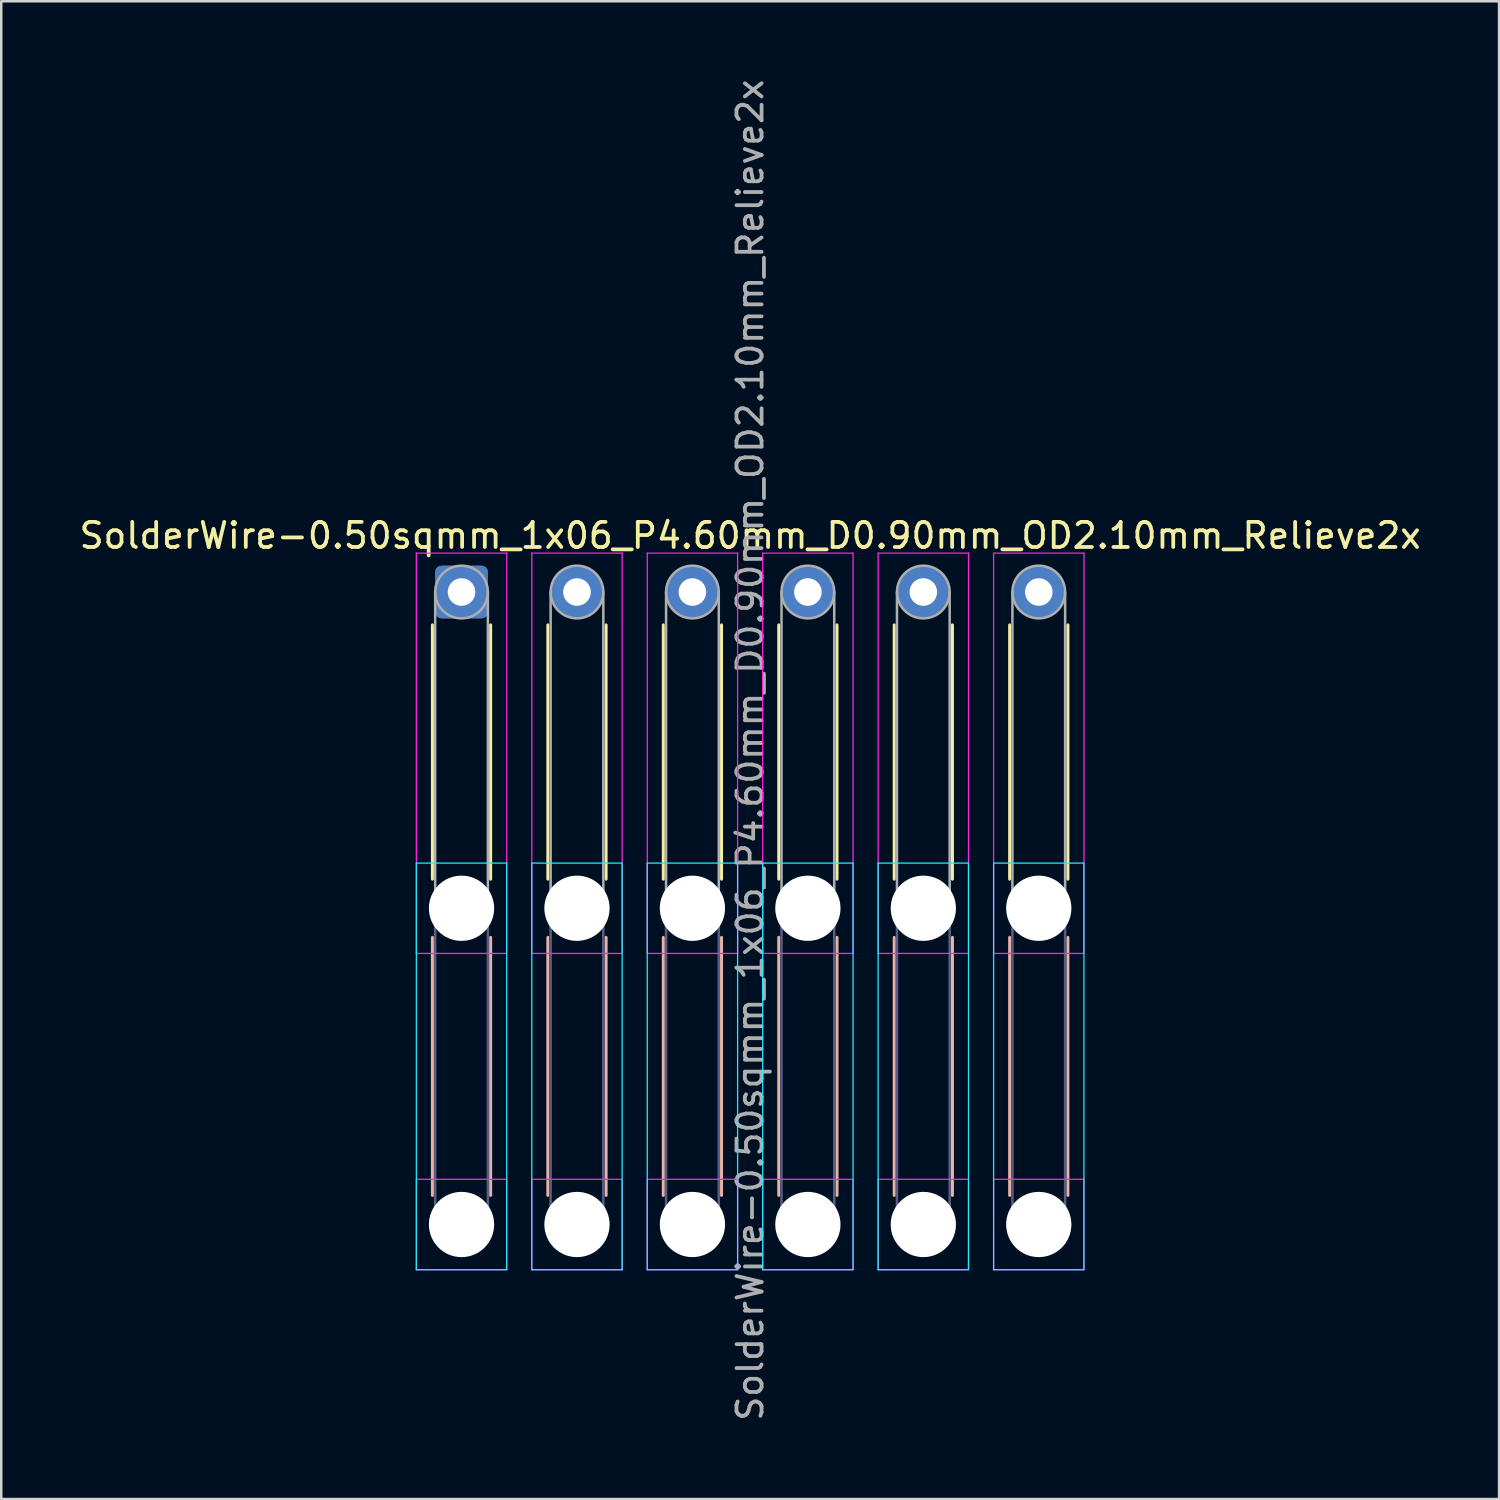
<source format=kicad_pcb>
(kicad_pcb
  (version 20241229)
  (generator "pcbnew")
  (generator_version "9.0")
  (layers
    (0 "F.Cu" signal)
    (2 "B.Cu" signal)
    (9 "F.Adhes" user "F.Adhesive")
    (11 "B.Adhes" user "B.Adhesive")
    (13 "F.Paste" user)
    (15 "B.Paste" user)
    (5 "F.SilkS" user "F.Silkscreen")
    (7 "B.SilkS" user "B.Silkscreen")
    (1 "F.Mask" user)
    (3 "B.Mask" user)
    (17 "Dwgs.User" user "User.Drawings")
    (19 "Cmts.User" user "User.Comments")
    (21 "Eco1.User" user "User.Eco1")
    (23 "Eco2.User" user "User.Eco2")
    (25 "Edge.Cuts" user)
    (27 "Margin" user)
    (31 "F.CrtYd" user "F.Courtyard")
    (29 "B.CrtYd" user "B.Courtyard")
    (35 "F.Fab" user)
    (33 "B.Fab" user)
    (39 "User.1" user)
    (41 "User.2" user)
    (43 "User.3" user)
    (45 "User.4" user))
  (footprint "SolderWire-0.50sqmm_1x06_P4.60mm_D0.90mm_OD2.10mm_Relieve2x"
    (layer "F.Cu")
    (at 15.339 20.539)
    (property "Reference" "SolderWire-0.50sqmm_1x06_P4.60mm_D0.90mm_OD2.10mm_Relieve2x" (at 11.5 -2.25 0) (layer "F.SilkS") (effects (font (size 1 1) (thickness 0.15))))
    (attr exclude_from_pos_files exclude_from_bom)
    (fp_line (start -1.16 1.31) (end -1.16 11.44) (stroke (width 0.12) (type solid)) (layer "F.SilkS"))
    (fp_line (start 1.16 1.31) (end 1.16 11.44) (stroke (width 0.12) (type solid)) (layer "F.SilkS"))
    (fp_line (start 3.44 1.31) (end 3.44 11.44) (stroke (width 0.12) (type solid)) (layer "F.SilkS"))
    (fp_line (start 5.76 1.31) (end 5.76 11.44) (stroke (width 0.12) (type solid)) (layer "F.SilkS"))
    (fp_line (start 8.04 1.31) (end 8.04 11.44) (stroke (width 0.12) (type solid)) (layer "F.SilkS"))
    (fp_line (start 10.36 1.31) (end 10.36 11.44) (stroke (width 0.12) (type solid)) (layer "F.SilkS"))
    (fp_line (start 12.64 1.31) (end 12.64 11.44) (stroke (width 0.12) (type solid)) (layer "F.SilkS"))
    (fp_line (start 14.96 1.31) (end 14.96 11.44) (stroke (width 0.12) (type solid)) (layer "F.SilkS"))
    (fp_line (start 17.24 1.31) (end 17.24 11.44) (stroke (width 0.12) (type solid)) (layer "F.SilkS"))
    (fp_line (start 19.56 1.31) (end 19.56 11.44) (stroke (width 0.12) (type solid)) (layer "F.SilkS"))
    (fp_line (start 21.84 1.31) (end 21.84 11.44) (stroke (width 0.12) (type solid)) (layer "F.SilkS"))
    (fp_line (start 24.16 1.31) (end 24.16 11.44) (stroke (width 0.12) (type solid)) (layer "F.SilkS"))
    (fp_line (start -1.16 13.76) (end -1.16 24.04) (stroke (width 0.12) (type solid)) (layer "B.SilkS"))
    (fp_line (start 1.16 13.76) (end 1.16 24.04) (stroke (width 0.12) (type solid)) (layer "B.SilkS"))
    (fp_line (start 3.44 13.76) (end 3.44 24.04) (stroke (width 0.12) (type solid)) (layer "B.SilkS"))
    (fp_line (start 5.76 13.76) (end 5.76 24.04) (stroke (width 0.12) (type solid)) (layer "B.SilkS"))
    (fp_line (start 8.04 13.76) (end 8.04 24.04) (stroke (width 0.12) (type solid)) (layer "B.SilkS"))
    (fp_line (start 10.36 13.76) (end 10.36 24.04) (stroke (width 0.12) (type solid)) (layer "B.SilkS"))
    (fp_line (start 12.64 13.76) (end 12.64 24.04) (stroke (width 0.12) (type solid)) (layer "B.SilkS"))
    (fp_line (start 14.96 13.76) (end 14.96 24.04) (stroke (width 0.12) (type solid)) (layer "B.SilkS"))
    (fp_line (start 17.24 13.76) (end 17.24 24.04) (stroke (width 0.12) (type solid)) (layer "B.SilkS"))
    (fp_line (start 19.56 13.76) (end 19.56 24.04) (stroke (width 0.12) (type solid)) (layer "B.SilkS"))
    (fp_line (start 21.84 13.76) (end 21.84 24.04) (stroke (width 0.12) (type solid)) (layer "B.SilkS"))
    (fp_line (start 24.16 13.76) (end 24.16 24.04) (stroke (width 0.12) (type solid)) (layer "B.SilkS"))
    (fp_line (start -1.8 10.8) (end -1.8 27) (stroke (width 0.05) (type solid)) (layer "B.CrtYd"))
    (fp_line (start -1.8 27) (end 1.8 27) (stroke (width 0.05) (type solid)) (layer "B.CrtYd"))
    (fp_line (start 1.8 10.8) (end -1.8 10.8) (stroke (width 0.05) (type solid)) (layer "B.CrtYd"))
    (fp_line (start 1.8 27) (end 1.8 10.8) (stroke (width 0.05) (type solid)) (layer "B.CrtYd"))
    (fp_line (start 2.8 10.8) (end 2.8 27) (stroke (width 0.05) (type solid)) (layer "B.CrtYd"))
    (fp_line (start 2.8 27) (end 6.4 27) (stroke (width 0.05) (type solid)) (layer "B.CrtYd"))
    (fp_line (start 6.4 10.8) (end 2.8 10.8) (stroke (width 0.05) (type solid)) (layer "B.CrtYd"))
    (fp_line (start 6.4 27) (end 6.4 10.8) (stroke (width 0.05) (type solid)) (layer "B.CrtYd"))
    (fp_line (start 7.4 10.8) (end 7.4 27) (stroke (width 0.05) (type solid)) (layer "B.CrtYd"))
    (fp_line (start 7.4 27) (end 11 27) (stroke (width 0.05) (type solid)) (layer "B.CrtYd"))
    (fp_line (start 11 10.8) (end 7.4 10.8) (stroke (width 0.05) (type solid)) (layer "B.CrtYd"))
    (fp_line (start 11 27) (end 11 10.8) (stroke (width 0.05) (type solid)) (layer "B.CrtYd"))
    (fp_line (start 12 10.8) (end 12 27) (stroke (width 0.05) (type solid)) (layer "B.CrtYd"))
    (fp_line (start 12 27) (end 15.6 27) (stroke (width 0.05) (type solid)) (layer "B.CrtYd"))
    (fp_line (start 15.6 10.8) (end 12 10.8) (stroke (width 0.05) (type solid)) (layer "B.CrtYd"))
    (fp_line (start 15.6 27) (end 15.6 10.8) (stroke (width 0.05) (type solid)) (layer "B.CrtYd"))
    (fp_line (start 16.6 10.8) (end 16.6 27) (stroke (width 0.05) (type solid)) (layer "B.CrtYd"))
    (fp_line (start 16.6 27) (end 20.2 27) (stroke (width 0.05) (type solid)) (layer "B.CrtYd"))
    (fp_line (start 20.2 10.8) (end 16.6 10.8) (stroke (width 0.05) (type solid)) (layer "B.CrtYd"))
    (fp_line (start 20.2 27) (end 20.2 10.8) (stroke (width 0.05) (type solid)) (layer "B.CrtYd"))
    (fp_line (start 21.2 10.8) (end 21.2 27) (stroke (width 0.05) (type solid)) (layer "B.CrtYd"))
    (fp_line (start 21.2 27) (end 24.8 27) (stroke (width 0.05) (type solid)) (layer "B.CrtYd"))
    (fp_line (start 24.8 10.8) (end 21.2 10.8) (stroke (width 0.05) (type solid)) (layer "B.CrtYd"))
    (fp_line (start 24.8 27) (end 24.8 10.8) (stroke (width 0.05) (type solid)) (layer "B.CrtYd"))
    (fp_line (start -1.8 -1.55) (end -1.8 14.4) (stroke (width 0.05) (type solid)) (layer "F.CrtYd"))
    (fp_line (start -1.8 14.4) (end 1.8 14.4) (stroke (width 0.05) (type solid)) (layer "F.CrtYd"))
    (fp_line (start -1.8 23.4) (end -1.8 27) (stroke (width 0.05) (type solid)) (layer "F.CrtYd"))
    (fp_line (start -1.8 27) (end 1.8 27) (stroke (width 0.05) (type solid)) (layer "F.CrtYd"))
    (fp_line (start 1.8 -1.55) (end -1.8 -1.55) (stroke (width 0.05) (type solid)) (layer "F.CrtYd"))
    (fp_line (start 1.8 14.4) (end 1.8 -1.55) (stroke (width 0.05) (type solid)) (layer "F.CrtYd"))
    (fp_line (start 1.8 23.4) (end -1.8 23.4) (stroke (width 0.05) (type solid)) (layer "F.CrtYd"))
    (fp_line (start 1.8 27) (end 1.8 23.4) (stroke (width 0.05) (type solid)) (layer "F.CrtYd"))
    (fp_line (start 2.8 -1.55) (end 2.8 14.4) (stroke (width 0.05) (type solid)) (layer "F.CrtYd"))
    (fp_line (start 2.8 14.4) (end 6.4 14.4) (stroke (width 0.05) (type solid)) (layer "F.CrtYd"))
    (fp_line (start 2.8 23.4) (end 2.8 27) (stroke (width 0.05) (type solid)) (layer "F.CrtYd"))
    (fp_line (start 2.8 27) (end 6.4 27) (stroke (width 0.05) (type solid)) (layer "F.CrtYd"))
    (fp_line (start 6.4 -1.55) (end 2.8 -1.55) (stroke (width 0.05) (type solid)) (layer "F.CrtYd"))
    (fp_line (start 6.4 14.4) (end 6.4 -1.55) (stroke (width 0.05) (type solid)) (layer "F.CrtYd"))
    (fp_line (start 6.4 23.4) (end 2.8 23.4) (stroke (width 0.05) (type solid)) (layer "F.CrtYd"))
    (fp_line (start 6.4 27) (end 6.4 23.4) (stroke (width 0.05) (type solid)) (layer "F.CrtYd"))
    (fp_line (start 7.4 -1.55) (end 7.4 14.4) (stroke (width 0.05) (type solid)) (layer "F.CrtYd"))
    (fp_line (start 7.4 14.4) (end 11 14.4) (stroke (width 0.05) (type solid)) (layer "F.CrtYd"))
    (fp_line (start 7.4 23.4) (end 7.4 27) (stroke (width 0.05) (type solid)) (layer "F.CrtYd"))
    (fp_line (start 7.4 27) (end 11 27) (stroke (width 0.05) (type solid)) (layer "F.CrtYd"))
    (fp_line (start 11 -1.55) (end 7.4 -1.55) (stroke (width 0.05) (type solid)) (layer "F.CrtYd"))
    (fp_line (start 11 14.4) (end 11 -1.55) (stroke (width 0.05) (type solid)) (layer "F.CrtYd"))
    (fp_line (start 11 23.4) (end 7.4 23.4) (stroke (width 0.05) (type solid)) (layer "F.CrtYd"))
    (fp_line (start 11 27) (end 11 23.4) (stroke (width 0.05) (type solid)) (layer "F.CrtYd"))
    (fp_line (start 12 -1.55) (end 12 14.4) (stroke (width 0.05) (type solid)) (layer "F.CrtYd"))
    (fp_line (start 12 14.4) (end 15.6 14.4) (stroke (width 0.05) (type solid)) (layer "F.CrtYd"))
    (fp_line (start 12 23.4) (end 12 27) (stroke (width 0.05) (type solid)) (layer "F.CrtYd"))
    (fp_line (start 12 27) (end 15.6 27) (stroke (width 0.05) (type solid)) (layer "F.CrtYd"))
    (fp_line (start 15.6 -1.55) (end 12 -1.55) (stroke (width 0.05) (type solid)) (layer "F.CrtYd"))
    (fp_line (start 15.6 14.4) (end 15.6 -1.55) (stroke (width 0.05) (type solid)) (layer "F.CrtYd"))
    (fp_line (start 15.6 23.4) (end 12 23.4) (stroke (width 0.05) (type solid)) (layer "F.CrtYd"))
    (fp_line (start 15.6 27) (end 15.6 23.4) (stroke (width 0.05) (type solid)) (layer "F.CrtYd"))
    (fp_line (start 16.6 -1.55) (end 16.6 14.4) (stroke (width 0.05) (type solid)) (layer "F.CrtYd"))
    (fp_line (start 16.6 14.4) (end 20.2 14.4) (stroke (width 0.05) (type solid)) (layer "F.CrtYd"))
    (fp_line (start 16.6 23.4) (end 16.6 27) (stroke (width 0.05) (type solid)) (layer "F.CrtYd"))
    (fp_line (start 16.6 27) (end 20.2 27) (stroke (width 0.05) (type solid)) (layer "F.CrtYd"))
    (fp_line (start 20.2 -1.55) (end 16.6 -1.55) (stroke (width 0.05) (type solid)) (layer "F.CrtYd"))
    (fp_line (start 20.2 14.4) (end 20.2 -1.55) (stroke (width 0.05) (type solid)) (layer "F.CrtYd"))
    (fp_line (start 20.2 23.4) (end 16.6 23.4) (stroke (width 0.05) (type solid)) (layer "F.CrtYd"))
    (fp_line (start 20.2 27) (end 20.2 23.4) (stroke (width 0.05) (type solid)) (layer "F.CrtYd"))
    (fp_line (start 21.2 -1.55) (end 21.2 14.4) (stroke (width 0.05) (type solid)) (layer "F.CrtYd"))
    (fp_line (start 21.2 14.4) (end 24.8 14.4) (stroke (width 0.05) (type solid)) (layer "F.CrtYd"))
    (fp_line (start 21.2 23.4) (end 21.2 27) (stroke (width 0.05) (type solid)) (layer "F.CrtYd"))
    (fp_line (start 21.2 27) (end 24.8 27) (stroke (width 0.05) (type solid)) (layer "F.CrtYd"))
    (fp_line (start 24.8 -1.55) (end 21.2 -1.55) (stroke (width 0.05) (type solid)) (layer "F.CrtYd"))
    (fp_line (start 24.8 14.4) (end 24.8 -1.55) (stroke (width 0.05) (type solid)) (layer "F.CrtYd"))
    (fp_line (start 24.8 23.4) (end 21.2 23.4) (stroke (width 0.05) (type solid)) (layer "F.CrtYd"))
    (fp_line (start 24.8 27) (end 24.8 23.4) (stroke (width 0.05) (type solid)) (layer "F.CrtYd"))
    (fp_line (start -1.05 12.6) (end -1.05 25.2) (stroke (width 0.1) (type solid)) (layer "B.Fab"))
    (fp_line (start 1.05 12.6) (end 1.05 25.2) (stroke (width 0.1) (type solid)) (layer "B.Fab"))
    (fp_line (start 3.55 12.6) (end 3.55 25.2) (stroke (width 0.1) (type solid)) (layer "B.Fab"))
    (fp_line (start 5.65 12.6) (end 5.65 25.2) (stroke (width 0.1) (type solid)) (layer "B.Fab"))
    (fp_line (start 8.15 12.6) (end 8.15 25.2) (stroke (width 0.1) (type solid)) (layer "B.Fab"))
    (fp_line (start 10.25 12.6) (end 10.25 25.2) (stroke (width 0.1) (type solid)) (layer "B.Fab"))
    (fp_line (start 12.75 12.6) (end 12.75 25.2) (stroke (width 0.1) (type solid)) (layer "B.Fab"))
    (fp_line (start 14.85 12.6) (end 14.85 25.2) (stroke (width 0.1) (type solid)) (layer "B.Fab"))
    (fp_line (start 17.35 12.6) (end 17.35 25.2) (stroke (width 0.1) (type solid)) (layer "B.Fab"))
    (fp_line (start 19.45 12.6) (end 19.45 25.2) (stroke (width 0.1) (type solid)) (layer "B.Fab"))
    (fp_line (start 21.95 12.6) (end 21.95 25.2) (stroke (width 0.1) (type solid)) (layer "B.Fab"))
    (fp_line (start 24.05 12.6) (end 24.05 25.2) (stroke (width 0.1) (type solid)) (layer "B.Fab"))
    (fp_circle (center 0 12.6) (end 1.05 12.6) (stroke (width 0.1) (type solid)) (fill no) (layer "B.Fab"))
    (fp_circle (center 0 25.2) (end 1.05 25.2) (stroke (width 0.1) (type solid)) (fill no) (layer "B.Fab"))
    (fp_circle (center 4.6 12.6) (end 5.65 12.6) (stroke (width 0.1) (type solid)) (fill no) (layer "B.Fab"))
    (fp_circle (center 4.6 25.2) (end 5.65 25.2) (stroke (width 0.1) (type solid)) (fill no) (layer "B.Fab"))
    (fp_circle (center 9.2 12.6) (end 10.25 12.6) (stroke (width 0.1) (type solid)) (fill no) (layer "B.Fab"))
    (fp_circle (center 9.2 25.2) (end 10.25 25.2) (stroke (width 0.1) (type solid)) (fill no) (layer "B.Fab"))
    (fp_circle (center 13.8 12.6) (end 14.85 12.6) (stroke (width 0.1) (type solid)) (fill no) (layer "B.Fab"))
    (fp_circle (center 13.8 25.2) (end 14.85 25.2) (stroke (width 0.1) (type solid)) (fill no) (layer "B.Fab"))
    (fp_circle (center 18.4 12.6) (end 19.45 12.6) (stroke (width 0.1) (type solid)) (fill no) (layer "B.Fab"))
    (fp_circle (center 18.4 25.2) (end 19.45 25.2) (stroke (width 0.1) (type solid)) (fill no) (layer "B.Fab"))
    (fp_circle (center 23 12.6) (end 24.05 12.6) (stroke (width 0.1) (type solid)) (fill no) (layer "B.Fab"))
    (fp_circle (center 23 25.2) (end 24.05 25.2) (stroke (width 0.1) (type solid)) (fill no) (layer "B.Fab"))
    (fp_line (start -1.05 0) (end -1.05 12.6) (stroke (width 0.1) (type solid)) (layer "F.Fab"))
    (fp_line (start 1.05 0) (end 1.05 12.6) (stroke (width 0.1) (type solid)) (layer "F.Fab"))
    (fp_line (start 3.55 0) (end 3.55 12.6) (stroke (width 0.1) (type solid)) (layer "F.Fab"))
    (fp_line (start 5.65 0) (end 5.65 12.6) (stroke (width 0.1) (type solid)) (layer "F.Fab"))
    (fp_line (start 8.15 0) (end 8.15 12.6) (stroke (width 0.1) (type solid)) (layer "F.Fab"))
    (fp_line (start 10.25 0) (end 10.25 12.6) (stroke (width 0.1) (type solid)) (layer "F.Fab"))
    (fp_line (start 12.75 0) (end 12.75 12.6) (stroke (width 0.1) (type solid)) (layer "F.Fab"))
    (fp_line (start 14.85 0) (end 14.85 12.6) (stroke (width 0.1) (type solid)) (layer "F.Fab"))
    (fp_line (start 17.35 0) (end 17.35 12.6) (stroke (width 0.1) (type solid)) (layer "F.Fab"))
    (fp_line (start 19.45 0) (end 19.45 12.6) (stroke (width 0.1) (type solid)) (layer "F.Fab"))
    (fp_line (start 21.95 0) (end 21.95 12.6) (stroke (width 0.1) (type solid)) (layer "F.Fab"))
    (fp_line (start 24.05 0) (end 24.05 12.6) (stroke (width 0.1) (type solid)) (layer "F.Fab"))
    (fp_circle (center 0 0) (end 1.05 0) (stroke (width 0.1) (type solid)) (fill no) (layer "F.Fab"))
    (fp_circle (center 0 12.6) (end 1.05 12.6) (stroke (width 0.1) (type solid)) (fill no) (layer "F.Fab"))
    (fp_circle (center 0 25.2) (end 1.05 25.2) (stroke (width 0.1) (type solid)) (fill no) (layer "F.Fab"))
    (fp_circle (center 4.6 0) (end 5.65 0) (stroke (width 0.1) (type solid)) (fill no) (layer "F.Fab"))
    (fp_circle (center 4.6 12.6) (end 5.65 12.6) (stroke (width 0.1) (type solid)) (fill no) (layer "F.Fab"))
    (fp_circle (center 4.6 25.2) (end 5.65 25.2) (stroke (width 0.1) (type solid)) (fill no) (layer "F.Fab"))
    (fp_circle (center 9.2 0) (end 10.25 0) (stroke (width 0.1) (type solid)) (fill no) (layer "F.Fab"))
    (fp_circle (center 9.2 12.6) (end 10.25 12.6) (stroke (width 0.1) (type solid)) (fill no) (layer "F.Fab"))
    (fp_circle (center 9.2 25.2) (end 10.25 25.2) (stroke (width 0.1) (type solid)) (fill no) (layer "F.Fab"))
    (fp_circle (center 13.8 0) (end 14.85 0) (stroke (width 0.1) (type solid)) (fill no) (layer "F.Fab"))
    (fp_circle (center 13.8 12.6) (end 14.85 12.6) (stroke (width 0.1) (type solid)) (fill no) (layer "F.Fab"))
    (fp_circle (center 13.8 25.2) (end 14.85 25.2) (stroke (width 0.1) (type solid)) (fill no) (layer "F.Fab"))
    (fp_circle (center 18.4 0) (end 19.45 0) (stroke (width 0.1) (type solid)) (fill no) (layer "F.Fab"))
    (fp_circle (center 18.4 12.6) (end 19.45 12.6) (stroke (width 0.1) (type solid)) (fill no) (layer "F.Fab"))
    (fp_circle (center 18.4 25.2) (end 19.45 25.2) (stroke (width 0.1) (type solid)) (fill no) (layer "F.Fab"))
    (fp_circle (center 23 0) (end 24.05 0) (stroke (width 0.1) (type solid)) (fill no) (layer "F.Fab"))
    (fp_circle (center 23 12.6) (end 24.05 12.6) (stroke (width 0.1) (type solid)) (fill no) (layer "F.Fab"))
    (fp_circle (center 23 25.2) (end 24.05 25.2) (stroke (width 0.1) (type solid)) (fill no) (layer "F.Fab"))
    (fp_text user "${REFERENCE}" (at 11.5 6.3 90) (layer "F.Fab") (effects (font (size 1 1) (thickness 0.15))))
    (pad "" np_thru_hole circle (at 0 12.6) (size 2.6 2.6) (drill 2.6) (layers "*.Cu" "*.Mask"))
    (pad "" np_thru_hole circle (at 0 25.2) (size 2.6 2.6) (drill 2.6) (layers "*.Cu" "*.Mask"))
    (pad "" np_thru_hole circle (at 4.6 12.6) (size 2.6 2.6) (drill 2.6) (layers "*.Cu" "*.Mask"))
    (pad "" np_thru_hole circle (at 4.6 25.2) (size 2.6 2.6) (drill 2.6) (layers "*.Cu" "*.Mask"))
    (pad "" np_thru_hole circle (at 9.2 12.6) (size 2.6 2.6) (drill 2.6) (layers "*.Cu" "*.Mask"))
    (pad "" np_thru_hole circle (at 9.2 25.2) (size 2.6 2.6) (drill 2.6) (layers "*.Cu" "*.Mask"))
    (pad "" np_thru_hole circle (at 13.8 12.6) (size 2.6 2.6) (drill 2.6) (layers "*.Cu" "*.Mask"))
    (pad "" np_thru_hole circle (at 13.8 25.2) (size 2.6 2.6) (drill 2.6) (layers "*.Cu" "*.Mask"))
    (pad "" np_thru_hole circle (at 18.4 12.6) (size 2.6 2.6) (drill 2.6) (layers "*.Cu" "*.Mask"))
    (pad "" np_thru_hole circle (at 18.4 25.2) (size 2.6 2.6) (drill 2.6) (layers "*.Cu" "*.Mask"))
    (pad "" np_thru_hole circle (at 23 12.6) (size 2.6 2.6) (drill 2.6) (layers "*.Cu" "*.Mask"))
    (pad "" np_thru_hole circle (at 23 25.2) (size 2.6 2.6) (drill 2.6) (layers "*.Cu" "*.Mask"))
    (pad "1" thru_hole roundrect (at 0 0) (size 2.1 2.1) (drill 1.1) (layers "*.Cu" "*.Mask") (roundrect_rratio 0.119))
    (pad "2" thru_hole circle (at 4.6 0) (size 2.1 2.1) (drill 1.1) (layers "*.Cu" "*.Mask"))
    (pad "3" thru_hole circle (at 9.2 0) (size 2.1 2.1) (drill 1.1) (layers "*.Cu" "*.Mask"))
    (pad "4" thru_hole circle (at 13.8 0) (size 2.1 2.1) (drill 1.1) (layers "*.Cu" "*.Mask"))
    (pad "5" thru_hole circle (at 18.4 0) (size 2.1 2.1) (drill 1.1) (layers "*.Cu" "*.Mask"))
    (pad "6" thru_hole circle (at 23 0) (size 2.1 2.1) (drill 1.1) (layers "*.Cu" "*.Mask")))
  (gr_rect
    (start -3 -3)
    (end 56.679 56.679)
    (stroke (width 0.1) (type default))
    (fill no)
    (layer "Edge.Cuts")))
</source>
